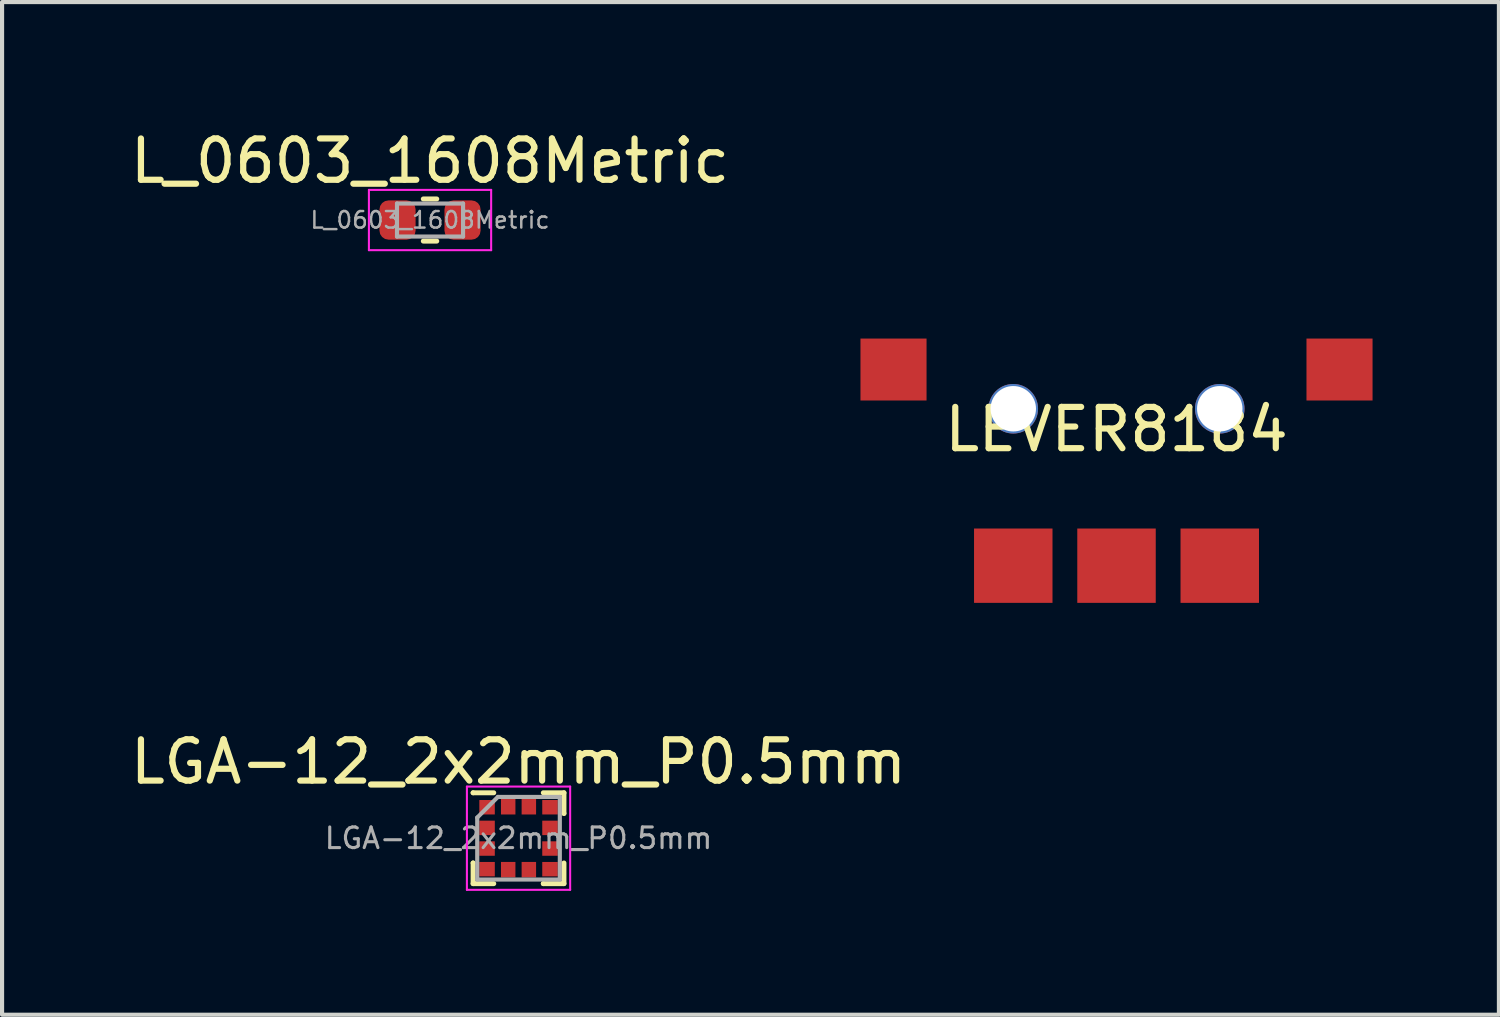
<source format=kicad_pcb>
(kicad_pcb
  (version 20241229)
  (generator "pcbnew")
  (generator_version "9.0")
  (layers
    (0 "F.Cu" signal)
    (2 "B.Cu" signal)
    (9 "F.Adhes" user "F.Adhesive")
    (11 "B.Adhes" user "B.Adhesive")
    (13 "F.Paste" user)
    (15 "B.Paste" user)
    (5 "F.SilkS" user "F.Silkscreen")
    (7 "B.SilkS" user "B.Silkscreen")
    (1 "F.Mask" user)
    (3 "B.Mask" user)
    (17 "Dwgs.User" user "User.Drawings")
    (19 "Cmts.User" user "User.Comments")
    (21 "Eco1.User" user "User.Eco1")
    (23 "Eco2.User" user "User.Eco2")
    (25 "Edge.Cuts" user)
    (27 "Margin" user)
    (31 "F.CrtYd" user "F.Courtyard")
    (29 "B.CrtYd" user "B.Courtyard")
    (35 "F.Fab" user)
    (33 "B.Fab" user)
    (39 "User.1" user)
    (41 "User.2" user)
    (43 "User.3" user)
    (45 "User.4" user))
  (footprint "LGA-12_2x2mm_P0.5mm"
    (layer "F.Cu")
    (at 9.506 17.247)
    (property "Reference" "LGA-12_2x2mm_P0.5mm" (at 0 -1.85 0) (layer "F.SilkS") (effects (font (size 1 1) (thickness 0.15))))
    (attr smd)
    (fp_line (start -1.1 -1.1) (end -1.1 -1.1) (stroke (width 0.12) (type solid)) (layer "F.SilkS"))
    (fp_line (start -1.1 0.6) (end -1.1 0.6) (stroke (width 0.12) (type solid)) (layer "F.SilkS"))
    (fp_line (start -1.1 1.1) (end -1.1 0.6) (stroke (width 0.12) (type solid)) (layer "F.SilkS"))
    (fp_line (start -0.6 -1.1) (end -1.1 -1.1) (stroke (width 0.12) (type solid)) (layer "F.SilkS"))
    (fp_line (start -0.6 1.1) (end -1.1 1.1) (stroke (width 0.12) (type solid)) (layer "F.SilkS"))
    (fp_line (start 0.6 -1.1) (end 1.1 -1.1) (stroke (width 0.12) (type solid)) (layer "F.SilkS"))
    (fp_line (start 0.6 1.1) (end 0.6 1.1) (stroke (width 0.12) (type solid)) (layer "F.SilkS"))
    (fp_line (start 1.1 -1.1) (end 1.1 -0.6) (stroke (width 0.12) (type solid)) (layer "F.SilkS"))
    (fp_line (start 1.1 -0.6) (end 1.1 -0.6) (stroke (width 0.12) (type solid)) (layer "F.SilkS"))
    (fp_line (start 1.1 0.6) (end 1.1 1.1) (stroke (width 0.12) (type solid)) (layer "F.SilkS"))
    (fp_line (start 1.1 1.1) (end 0.6 1.1) (stroke (width 0.12) (type solid)) (layer "F.SilkS"))
    (fp_line (start -1.25 -1.25) (end 1.25 -1.25) (stroke (width 0.05) (type solid)) (layer "F.CrtYd"))
    (fp_line (start -1.25 1.25) (end -1.25 -1.25) (stroke (width 0.05) (type solid)) (layer "F.CrtYd"))
    (fp_line (start 1.25 -1.25) (end 1.25 1.25) (stroke (width 0.05) (type solid)) (layer "F.CrtYd"))
    (fp_line (start 1.25 1.25) (end -1.25 1.25) (stroke (width 0.05) (type solid)) (layer "F.CrtYd"))
    (fp_line (start -1 -0.5) (end -0.5 -1) (stroke (width 0.1) (type solid)) (layer "F.Fab"))
    (fp_line (start -1 1) (end -1 -0.5) (stroke (width 0.1) (type solid)) (layer "F.Fab"))
    (fp_line (start -0.5 -1) (end 1 -1) (stroke (width 0.1) (type solid)) (layer "F.Fab"))
    (fp_line (start 1 -1) (end 1 1) (stroke (width 0.1) (type solid)) (layer "F.Fab"))
    (fp_line (start 1 1) (end -1 1) (stroke (width 0.1) (type solid)) (layer "F.Fab"))
    (fp_text user "${REFERENCE}" (at 0 0 0) (layer "F.Fab") (effects (font (size 0.5 0.5) (thickness 0.075))))
    (pad "1" smd rect (at -0.762 -0.75) (size 0.375 0.35) (layers "F.Cu" "F.Mask" "F.Paste"))
    (pad "2" smd rect (at -0.762 -0.25) (size 0.375 0.35) (layers "F.Cu" "F.Mask" "F.Paste"))
    (pad "3" smd rect (at -0.762 0.25) (size 0.375 0.35) (layers "F.Cu" "F.Mask" "F.Paste"))
    (pad "4" smd rect (at -0.762 0.75) (size 0.375 0.35) (layers "F.Cu" "F.Mask" "F.Paste"))
    (pad "5" smd rect (at -0.25 0.762 90) (size 0.375 0.35) (layers "F.Cu" "F.Mask" "F.Paste"))
    (pad "6" smd rect (at 0.25 0.762 90) (size 0.375 0.35) (layers "F.Cu" "F.Mask" "F.Paste"))
    (pad "7" smd rect (at 0.762 0.75) (size 0.375 0.35) (layers "F.Cu" "F.Mask" "F.Paste"))
    (pad "8" smd rect (at 0.762 0.25) (size 0.375 0.35) (layers "F.Cu" "F.Mask" "F.Paste"))
    (pad "9" smd rect (at 0.762 -0.25) (size 0.375 0.35) (layers "F.Cu" "F.Mask" "F.Paste"))
    (pad "10" smd rect (at 0.762 -0.75) (size 0.375 0.35) (layers "F.Cu" "F.Mask" "F.Paste"))
    (pad "11" smd rect (at 0.25 -0.762 90) (size 0.375 0.35) (layers "F.Cu" "F.Mask" "F.Paste"))
    (pad "12" smd rect (at -0.25 -0.762 90) (size 0.375 0.35) (layers "F.Cu" "F.Mask" "F.Paste")))
  (footprint "LEVER8184"
    (layer "F.Cu")
    (at 23.986 6.848)
    (property "Reference" "LEVER8184" (at 0 0.5 0) (layer "F.SilkS") (effects (font (size 1 1) (thickness 0.15))))
    (attr through_hole)
    (fp_line (start -6.2 -4.6) (end 6.2 -4.6) (stroke (width 0.12) (type solid)) (layer "Eco2.User"))
    (fp_text user "PCB Edge" (at 0 -6 0) (layer "Eco2.User") (effects (font (size 1 1) (thickness 0.15))))
    (pad "1" smd rect (at -2.5 3.8) (size 1.9 1.8) (layers "F.Cu" "F.Mask" "F.Paste"))
    (pad "2" smd rect (at 2.5 3.8) (size 1.9 1.8) (layers "F.Cu" "F.Mask" "F.Paste"))
    (pad "3" thru_hole circle (at -2.5 0) (size 1.2 1.2) (drill 1.1) (layers "*.Cu" "*.Mask"))
    (pad "3" thru_hole circle (at 2.5 0) (size 1.2 1.2) (drill 1.1) (layers "*.Cu" "*.Mask"))
    (pad "C" smd rect (at -5.4 -0.95) (size 1.6 1.5) (layers "F.Cu" "F.Mask" "F.Paste"))
    (pad "C" smd rect (at 5.4 -0.95) (size 1.6 1.5) (layers "F.Cu" "F.Mask" "F.Paste"))
    (pad "T" smd rect (at 0 3.8) (size 1.9 1.8) (layers "F.Cu" "F.Mask" "F.Paste")))
  (footprint "L_0603_1608Metric"
    (layer "F.Cu")
    (at 7.363 2.278)
    (property "Reference" "L_0603_1608Metric" (at 0 -1.43 0) (layer "F.SilkS") (effects (font (size 1 1) (thickness 0.15))))
    (attr smd)
    (fp_line (start -0.163 -0.51) (end 0.163 -0.51) (stroke (width 0.12) (type solid)) (layer "F.SilkS"))
    (fp_line (start -0.163 0.51) (end 0.163 0.51) (stroke (width 0.12) (type solid)) (layer "F.SilkS"))
    (fp_line (start -1.48 -0.73) (end 1.48 -0.73) (stroke (width 0.05) (type solid)) (layer "F.CrtYd"))
    (fp_line (start -1.48 0.73) (end -1.48 -0.73) (stroke (width 0.05) (type solid)) (layer "F.CrtYd"))
    (fp_line (start 1.48 -0.73) (end 1.48 0.73) (stroke (width 0.05) (type solid)) (layer "F.CrtYd"))
    (fp_line (start 1.48 0.73) (end -1.48 0.73) (stroke (width 0.05) (type solid)) (layer "F.CrtYd"))
    (fp_line (start -0.8 -0.4) (end 0.8 -0.4) (stroke (width 0.1) (type solid)) (layer "F.Fab"))
    (fp_line (start -0.8 0.4) (end -0.8 -0.4) (stroke (width 0.1) (type solid)) (layer "F.Fab"))
    (fp_line (start 0.8 -0.4) (end 0.8 0.4) (stroke (width 0.1) (type solid)) (layer "F.Fab"))
    (fp_line (start 0.8 0.4) (end -0.8 0.4) (stroke (width 0.1) (type solid)) (layer "F.Fab"))
    (fp_text user "${REFERENCE}" (at 0 0 0) (layer "F.Fab") (effects (font (size 0.4 0.4) (thickness 0.06))))
    (pad "1" smd roundrect (at -0.787 0) (size 0.875 0.95) (layers "F.Cu" "F.Mask" "F.Paste") (roundrect_rratio 0.25))
    (pad "2" smd roundrect (at 0.787 0) (size 0.875 0.95) (layers "F.Cu" "F.Mask" "F.Paste") (roundrect_rratio 0.25)))
  (gr_rect
    (start -3 -3)
    (end 33.246 21.521)
    (stroke (width 0.1) (type default))
    (fill no)
    (layer "Edge.Cuts")))
</source>
